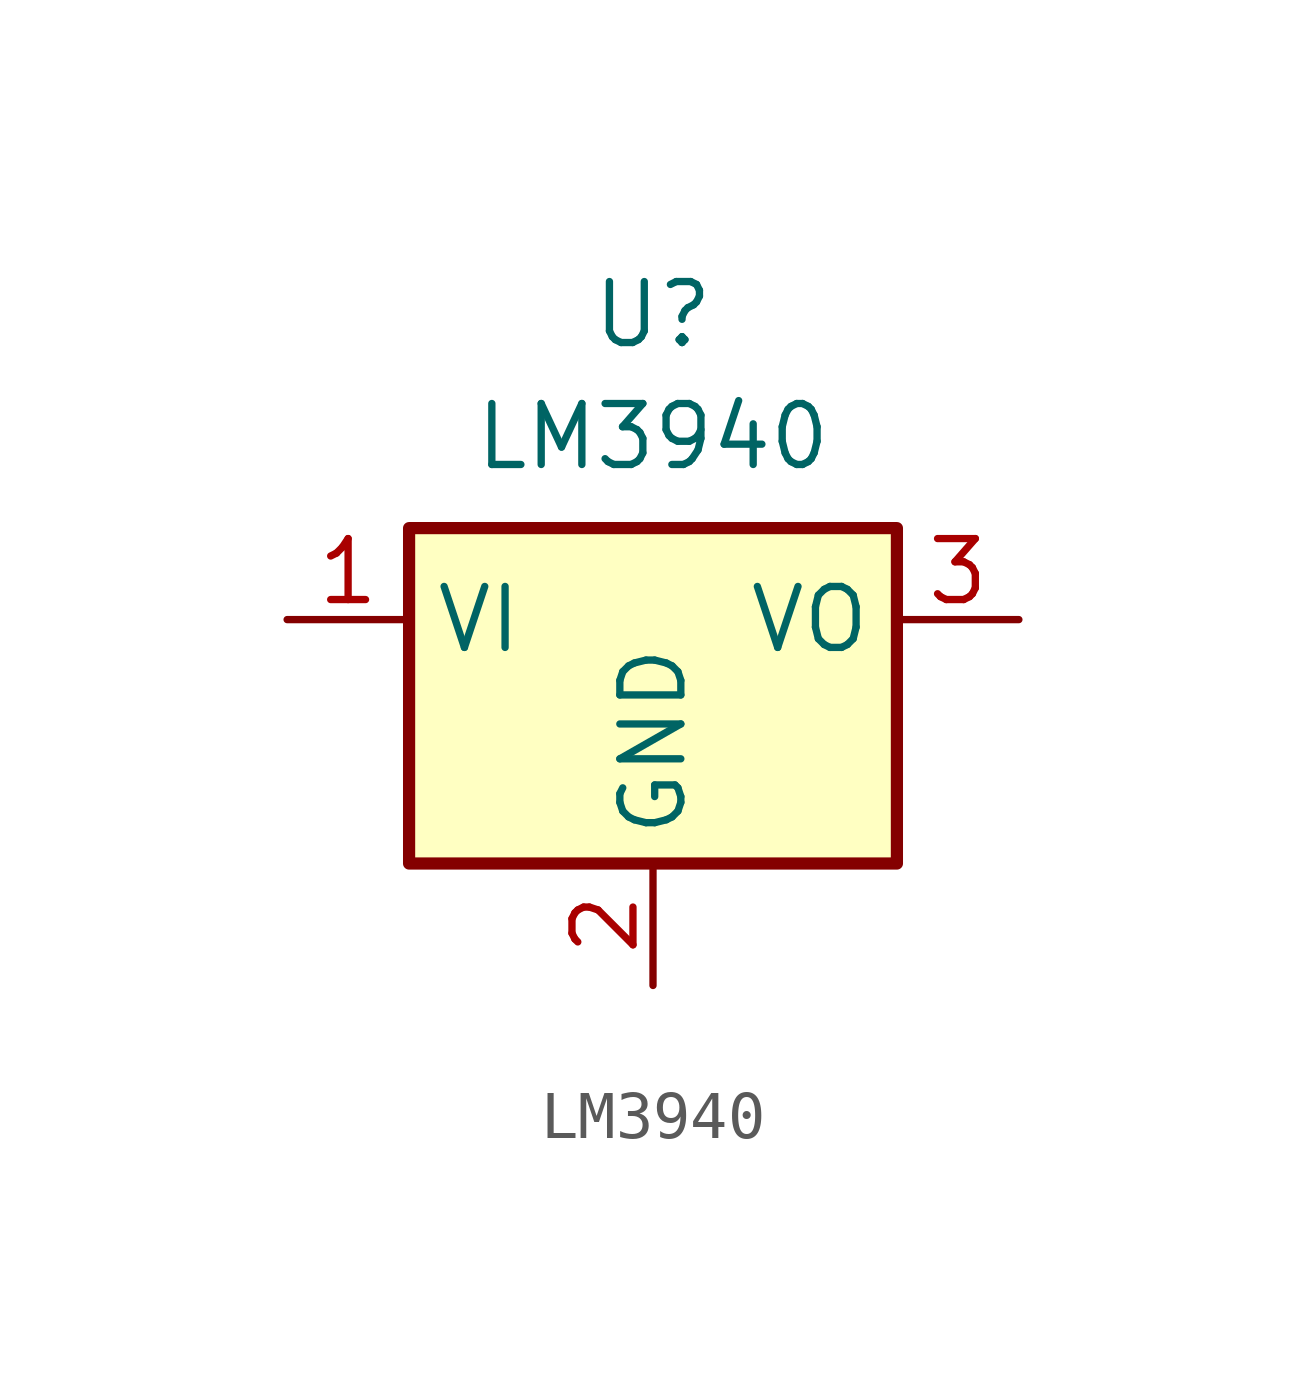
<source format=kicad_sym>
(kicad_symbol_lib
  (version 20211014)
  (generator kicad_symbol_editor)
  (symbol "LM3940"
    (property "Reference" "U"
      (at 7.62 6.35 0)
      (effects (font (size 1.27 1.27))))
    (property "Value" "LM3940"
      (at 7.62 3.81 0)
      (effects (font (size 1.27 1.27))))
    (symbol "LM3940_1_1"
      (rectangle (start 2.54 -5.08) (end 12.7 1.905) (stroke (width 0.254) (type default) (color 0 0 0 0)) (fill (type background)))
      (pin power_in line (at 0 0 0) (length 2.54) (name "VI" (effects (font (size 1.27 1.27)))) (number "1" (effects (font (size 1.27 1.27)))))
      (pin power_in line (at 7.62 -7.62 90) (length 2.54) (name "GND" (effects (font (size 1.27 1.27)))) (number "2" (effects (font (size 1.27 1.27)))))
      (pin power_out line (at 15.24 0 180) (length 2.54) (name "VO" (effects (font (size 1.27 1.27)))) (number "3" (effects (font (size 1.27 1.27))))))))
</source>
